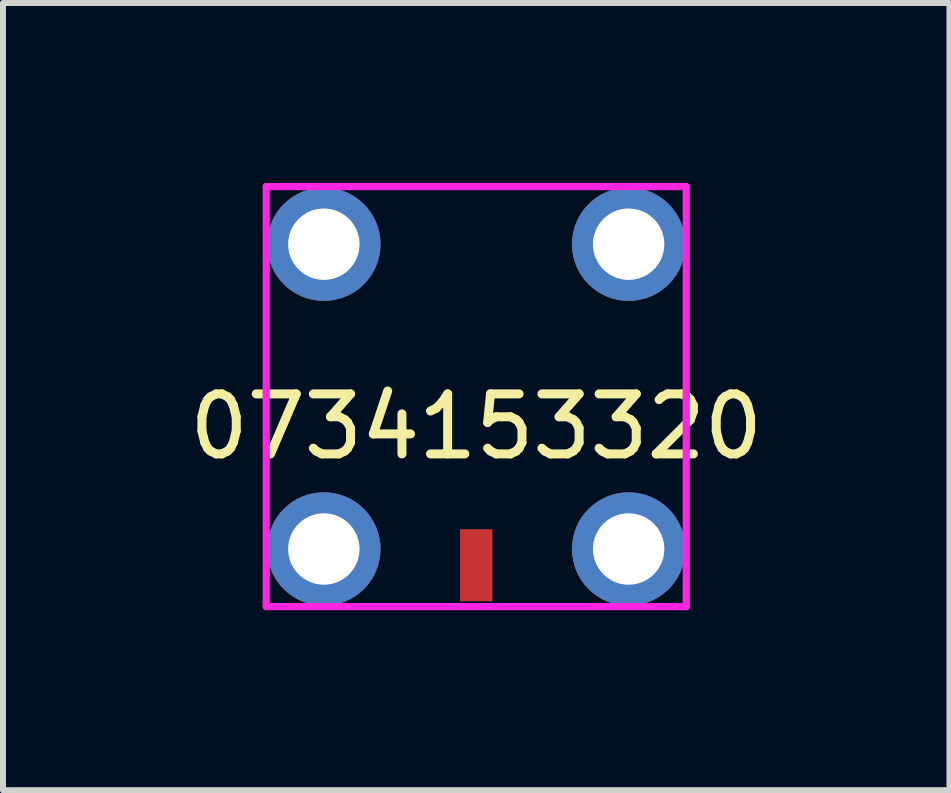
<source format=kicad_pcb>
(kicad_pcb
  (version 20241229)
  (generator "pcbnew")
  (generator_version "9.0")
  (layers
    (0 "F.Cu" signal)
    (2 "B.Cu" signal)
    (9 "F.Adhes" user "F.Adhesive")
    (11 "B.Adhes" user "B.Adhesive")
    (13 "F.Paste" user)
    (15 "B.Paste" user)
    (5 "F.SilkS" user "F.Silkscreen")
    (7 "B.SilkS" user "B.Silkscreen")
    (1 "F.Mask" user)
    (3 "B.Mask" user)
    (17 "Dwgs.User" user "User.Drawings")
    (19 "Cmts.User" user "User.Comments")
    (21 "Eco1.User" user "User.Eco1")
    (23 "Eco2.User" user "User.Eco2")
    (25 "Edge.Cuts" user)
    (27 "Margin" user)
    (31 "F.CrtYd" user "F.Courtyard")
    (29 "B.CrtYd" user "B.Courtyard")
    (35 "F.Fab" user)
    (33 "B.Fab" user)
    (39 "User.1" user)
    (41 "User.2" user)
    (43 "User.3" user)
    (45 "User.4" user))
  (footprint "0734153320"
    (layer "F.Cu")
    (at 4.887 3.56)
    (property "Reference" "0734153320" (at 0 0.5 0) (layer "F.SilkS") (effects (font (size 1 1) (thickness 0.15))))
    (attr through_hole)
    (fp_poly (pts (xy -3.5 -3.5) (xy 3.5 -3.5) (xy 3.5 3.5) (xy -3.5 3.5)) (stroke (width 0.1) (type solid)) (fill yes) (layer "F.Mask"))
    (fp_line (start -3.5 -3.5) (end 3.5 -3.5) (stroke (width 0.12) (type solid)) (layer "F.CrtYd"))
    (fp_line (start -3.5 3.5) (end -3.5 -3.5) (stroke (width 0.12) (type solid)) (layer "F.CrtYd"))
    (fp_line (start -3.5 3.5) (end 3.5 3.5) (stroke (width 0.12) (type solid)) (layer "F.CrtYd"))
    (fp_line (start 3.5 3.5) (end 3.5 -3.5) (stroke (width 0.12) (type solid)) (layer "F.CrtYd"))
    (pad "1" smd rect (at 0 2.81) (size 0.54 1.2) (layers "F.Cu" "F.Mask" "F.Paste"))
    (pad "2" thru_hole circle (at -2.54 -2.54) (size 1.89 1.89) (drill 1.19) (layers "*.Cu" "*.Mask"))
    (pad "2" thru_hole circle (at -2.54 2.54) (size 1.89 1.89) (drill 1.19) (layers "*.Cu" "*.Mask"))
    (pad "2" thru_hole circle (at 2.54 -2.54) (size 1.89 1.89) (drill 1.19) (layers "*.Cu" "*.Mask"))
    (pad "2" thru_hole circle (at 2.54 2.54) (size 1.89 1.89) (drill 1.19) (layers "*.Cu" "*.Mask")))
  (gr_rect
    (start -3 -3)
    (end 12.774 10.12)
    (stroke (width 0.1) (type default))
    (fill no)
    (layer "Edge.Cuts")))
</source>
